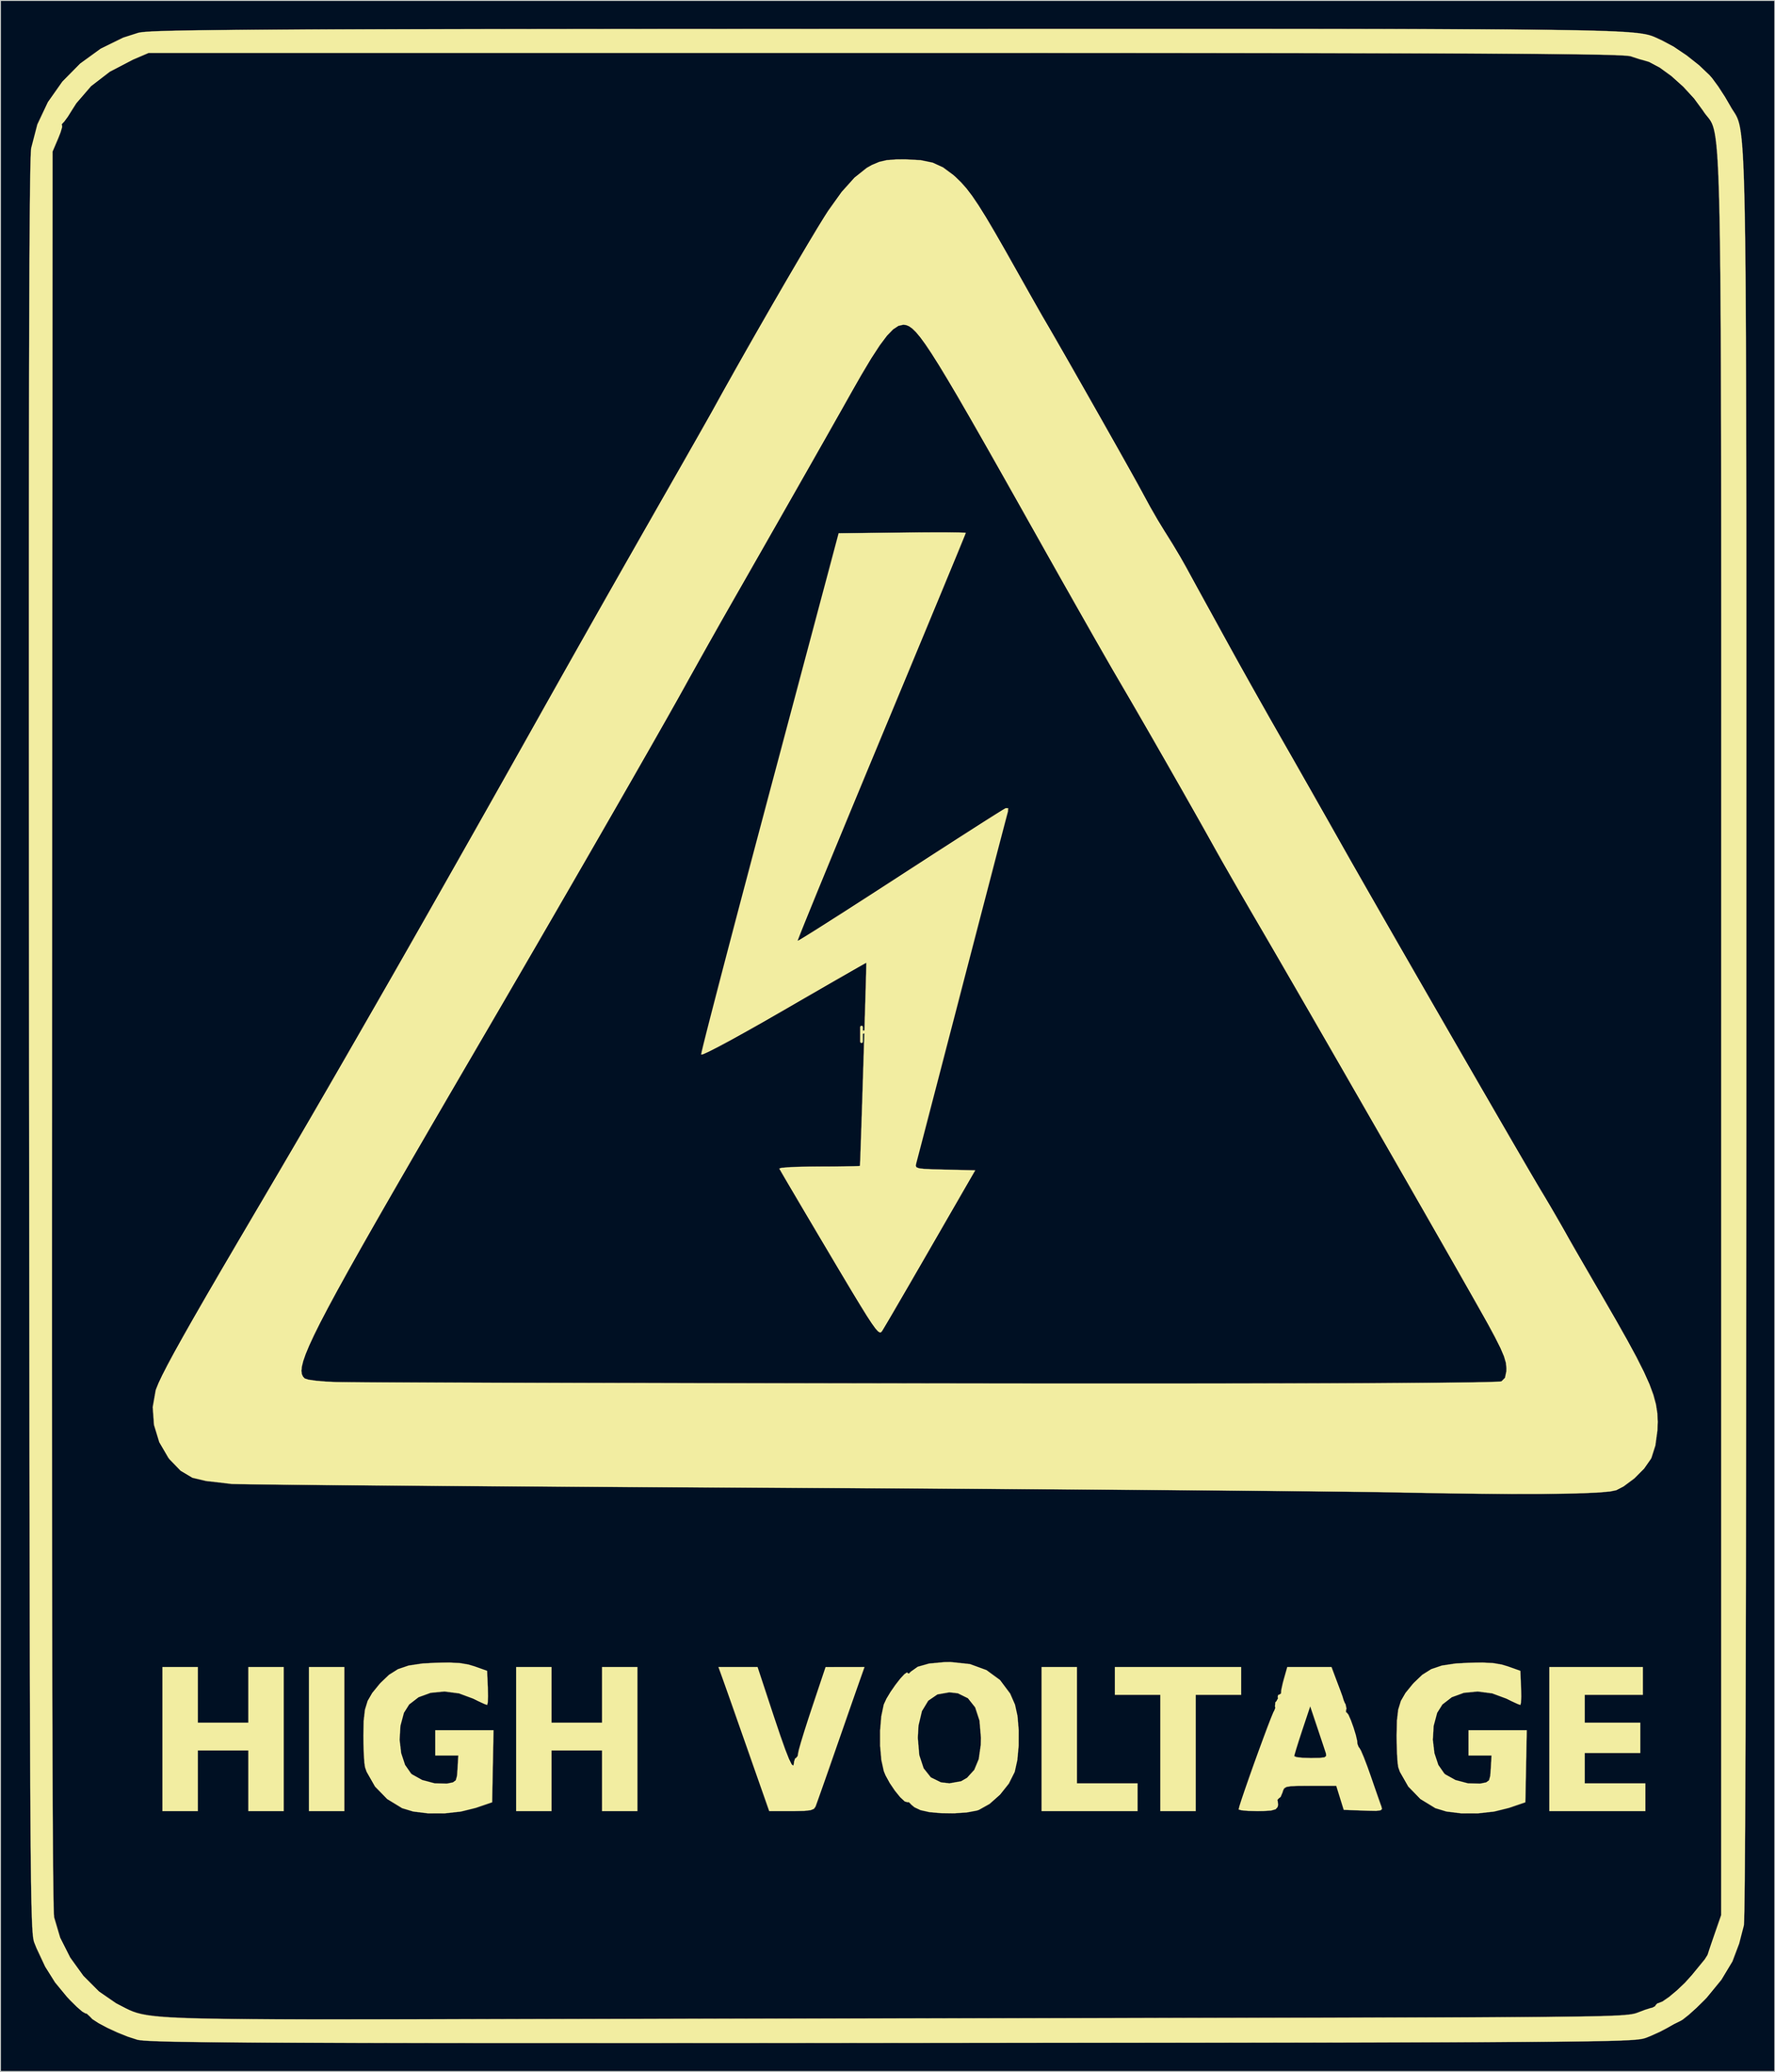
<source format=kicad_pcb>
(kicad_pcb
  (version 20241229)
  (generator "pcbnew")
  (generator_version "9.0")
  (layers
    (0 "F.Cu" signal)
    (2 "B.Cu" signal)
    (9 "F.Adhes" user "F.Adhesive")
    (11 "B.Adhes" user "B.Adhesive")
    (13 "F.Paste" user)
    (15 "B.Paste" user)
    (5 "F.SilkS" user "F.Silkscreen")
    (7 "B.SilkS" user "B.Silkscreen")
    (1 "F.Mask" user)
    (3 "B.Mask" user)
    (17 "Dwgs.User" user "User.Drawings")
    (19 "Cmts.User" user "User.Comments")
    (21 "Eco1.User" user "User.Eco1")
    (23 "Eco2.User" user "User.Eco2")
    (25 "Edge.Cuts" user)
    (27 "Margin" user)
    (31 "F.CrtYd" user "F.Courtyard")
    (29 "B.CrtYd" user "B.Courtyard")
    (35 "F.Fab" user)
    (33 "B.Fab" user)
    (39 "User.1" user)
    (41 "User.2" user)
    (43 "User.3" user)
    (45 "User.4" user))
  (footprint "hv_5"
    (layer "F.Cu")
    (at 90.344 106.424)
    (property "Reference" "hv_5" (at 0 0 0) (layer "F.SilkS") (effects (font (size 1.524 1.524) (thickness 0.3))))
    (attr through_hole)
    (fp_poly (pts (xy -56.949 82.082) (xy -60.693 82.082) (xy -60.693 66.842) (xy -56.949 66.842) (xy -56.949 82.082)) (stroke (width 0.01) (type solid)) (fill yes) (layer "F.SilkS"))
    (fp_poly (pts (xy 20.587 79.141) (xy 27.004 79.141) (xy 27.004 82.082) (xy 16.844 82.082) (xy 16.844 66.842) (xy 20.587 66.842) (xy 20.587 79.141)) (stroke (width 0.01) (type solid)) (fill yes) (layer "F.SilkS"))
    (fp_poly (pts (xy 37.966 69.783) (xy 33.154 69.783) (xy 33.154 82.082) (xy 29.411 82.082) (xy 29.411 69.783) (xy 24.598 69.783) (xy 24.598 66.842) (xy 37.966 66.842) (xy 37.966 69.783)) (stroke (width 0.01) (type solid)) (fill yes) (layer "F.SilkS"))
    (fp_poly (pts (xy -72.457 72.724) (xy -67.109 72.724) (xy -67.109 66.842) (xy -63.366 66.842) (xy -63.366 82.082) (xy -67.109 82.082) (xy -67.109 75.665) (xy -72.457 75.665) (xy -72.457 82.082) (xy -76.2 82.082) (xy -76.2 66.842) (xy -72.457 66.842) (xy -72.457 72.724)) (stroke (width 0.01) (type solid)) (fill yes) (layer "F.SilkS"))
    (fp_poly (pts (xy -35.025 72.724) (xy -29.678 72.724) (xy -29.678 66.842) (xy -25.935 66.842) (xy -25.935 82.082) (xy -29.678 82.082) (xy -29.678 75.665) (xy -35.025 75.665) (xy -35.025 82.082) (xy -38.768 82.082) (xy -38.768 66.842) (xy -35.025 66.842) (xy -35.025 72.724)) (stroke (width 0.01) (type solid)) (fill yes) (layer "F.SilkS"))
    (fp_poly (pts (xy 80.478 69.783) (xy 74.328 69.783) (xy 74.328 72.724) (xy 80.211 72.724) (xy 80.211 75.933) (xy 74.328 75.933) (xy 74.328 79.141) (xy 80.745 79.141) (xy 80.745 82.082) (xy 70.585 82.082) (xy 70.585 66.842) (xy 80.478 66.842) (xy 80.478 69.783)) (stroke (width 0.01) (type solid)) (fill yes) (layer "F.SilkS"))
    (fp_poly (pts (xy -11.497 72.056) (xy -10.826 74.049) (xy -10.293 75.548) (xy -9.889 76.573) (xy -9.605 77.143) (xy -9.432 77.278) (xy -9.361 76.999) (xy -9.358 76.868) (xy -9.244 76.512) (xy -9.148 76.467) (xy -8.967 76.246) (xy -8.932 75.999) (xy -8.848 75.6) (xy -8.619 74.788) (xy -8.273 73.659) (xy -7.84 72.305) (xy -7.471 71.188) (xy -6.016 66.845) (xy -3.958 66.844) (xy -1.9 66.842) (xy -2.445 68.379) (xy -2.696 69.093) (xy -3.087 70.211) (xy -3.585 71.634) (xy -4.152 73.261) (xy -4.755 74.991) (xy -4.943 75.532) (xy -5.522 77.19) (xy -6.049 78.696) (xy -6.498 79.971) (xy -6.84 80.935) (xy -7.047 81.508) (xy -7.087 81.614) (xy -7.257 81.844) (xy -7.612 81.985) (xy -8.26 82.057) (xy -9.309 82.081) (xy -9.629 82.082) (xy -11.981 82.082) (xy -12.381 80.946) (xy -12.59 80.35) (xy -12.943 79.346) (xy -13.405 78.028) (xy -13.944 76.493) (xy -14.526 74.836) (xy -14.657 74.462) (xy -15.244 72.791) (xy -15.796 71.22) (xy -16.281 69.846) (xy -16.664 68.764) (xy -16.911 68.07) (xy -16.944 67.978) (xy -17.355 66.842) (xy -13.219 66.842) (xy -11.497 72.056)) (stroke (width 0.01) (type solid)) (fill yes) (layer "F.SilkS"))
    (fp_poly (pts (xy -44.715 66.426) (xy -43.821 66.578) (xy -43.18 66.77) (xy -41.843 67.243) (xy -41.764 69.048) (xy -41.745 69.951) (xy -41.772 70.599) (xy -41.838 70.853) (xy -41.84 70.853) (xy -42.146 70.741) (xy -42.768 70.454) (xy -43.306 70.188) (xy -44.825 69.627) (xy -46.363 69.428) (xy -47.819 69.57) (xy -49.095 70.034) (xy -50.09 70.799) (xy -50.647 71.685) (xy -51.014 73.06) (xy -51.103 74.532) (xy -50.934 75.957) (xy -50.525 77.194) (xy -49.896 78.099) (xy -49.781 78.199) (xy -48.716 78.791) (xy -47.412 79.138) (xy -46.133 79.173) (xy -46.009 79.155) (xy -45.45 79.039) (xy -45.157 78.823) (xy -45.028 78.359) (xy -44.971 77.6) (xy -44.89 76.2) (xy -47.324 76.2) (xy -47.324 73.526) (xy -41.16 73.526) (xy -41.308 81.146) (xy -43.046 81.741) (xy -44.603 82.126) (xy -46.341 82.319) (xy -48.088 82.318) (xy -49.669 82.124) (xy -50.832 81.772) (xy -52.416 80.803) (xy -53.702 79.484) (xy -54.589 77.925) (xy -54.758 77.444) (xy -54.832 76.942) (xy -54.89 76.049) (xy -54.927 74.906) (xy -54.935 74.061) (xy -54.902 72.513) (xy -54.766 71.349) (xy -54.481 70.422) (xy -53.996 69.582) (xy -53.263 68.683) (xy -53.115 68.518) (xy -52.221 67.663) (xy -51.275 67.068) (xy -50.149 66.686) (xy -48.718 66.471) (xy -47.324 66.391) (xy -45.831 66.369) (xy -44.715 66.426)) (stroke (width 0.01) (type solid)) (fill yes) (layer "F.SilkS"))
    (fp_poly (pts (xy 64.639 66.426) (xy 65.532 66.578) (xy 66.174 66.77) (xy 67.511 67.243) (xy 67.59 69.048) (xy 67.608 69.951) (xy 67.582 70.599) (xy 67.516 70.853) (xy 67.514 70.853) (xy 67.208 70.741) (xy 66.585 70.454) (xy 66.048 70.188) (xy 64.528 69.627) (xy 62.991 69.428) (xy 61.534 69.57) (xy 60.259 70.034) (xy 59.264 70.799) (xy 58.707 71.685) (xy 58.34 73.06) (xy 58.251 74.532) (xy 58.42 75.957) (xy 58.829 77.194) (xy 59.458 78.099) (xy 59.572 78.199) (xy 60.638 78.791) (xy 61.942 79.138) (xy 63.221 79.173) (xy 63.345 79.155) (xy 63.904 79.039) (xy 64.197 78.823) (xy 64.326 78.359) (xy 64.383 77.6) (xy 64.464 76.2) (xy 62.029 76.2) (xy 62.029 73.526) (xy 68.194 73.526) (xy 68.045 81.146) (xy 66.307 81.741) (xy 64.751 82.126) (xy 63.013 82.319) (xy 61.266 82.318) (xy 59.684 82.124) (xy 58.522 81.772) (xy 56.938 80.803) (xy 55.652 79.484) (xy 54.764 77.925) (xy 54.595 77.444) (xy 54.522 76.942) (xy 54.463 76.049) (xy 54.427 74.906) (xy 54.419 74.061) (xy 54.452 72.513) (xy 54.587 71.349) (xy 54.873 70.422) (xy 55.358 69.582) (xy 56.09 68.683) (xy 56.239 68.518) (xy 57.132 67.663) (xy 58.079 67.068) (xy 59.205 66.686) (xy 60.636 66.471) (xy 62.029 66.391) (xy 63.523 66.369) (xy 64.639 66.426)) (stroke (width 0.01) (type solid)) (fill yes) (layer "F.SilkS"))
    (fp_poly (pts (xy 9.254 66.529) (xy 11.012 67.169) (xy 12.441 68.216) (xy 13.519 69.652) (xy 14.029 70.818) (xy 14.293 72.018) (xy 14.421 73.53) (xy 14.415 75.154) (xy 14.275 76.684) (xy 14.002 77.919) (xy 13.992 77.948) (xy 13.379 79.166) (xy 12.447 80.337) (xy 11.342 81.315) (xy 10.207 81.951) (xy 9.995 82.023) (xy 8.948 82.219) (xy 7.624 82.311) (xy 6.225 82.299) (xy 4.953 82.185) (xy 4.027 81.977) (xy 3.391 81.676) (xy 3.022 81.37) (xy 3.001 81.327) (xy 2.768 81.118) (xy 2.673 81.147) (xy 2.36 81.055) (xy 1.88 80.609) (xy 1.323 79.925) (xy 0.777 79.118) (xy 0.331 78.304) (xy 0.148 77.859) (xy -0.114 76.675) (xy -0.246 75.177) (xy -0.247 74.328) (xy 3.743 74.328) (xy 3.897 76.155) (xy 4.358 77.552) (xy 5.122 78.514) (xy 6.187 79.037) (xy 7.085 79.141) (xy 8.329 78.922) (xy 8.953 78.561) (xy 9.718 77.719) (xy 10.194 76.583) (xy 10.408 75.073) (xy 10.427 74.328) (xy 10.273 72.502) (xy 9.813 71.105) (xy 9.048 70.143) (xy 7.983 69.619) (xy 7.085 69.516) (xy 5.817 69.738) (xy 4.847 70.401) (xy 4.179 71.502) (xy 3.815 73.035) (xy 3.743 74.328) (xy -0.247 74.328) (xy -0.248 73.569) (xy -0.121 72.055) (xy 0.134 70.84) (xy 0.155 70.777) (xy 0.429 70.185) (xy 0.859 69.471) (xy 1.369 68.736) (xy 1.881 68.08) (xy 2.319 67.604) (xy 2.605 67.407) (xy 2.674 67.495) (xy 2.804 67.531) (xy 3.008 67.328) (xy 3.738 66.812) (xy 4.942 66.473) (xy 6.588 66.319) (xy 7.192 66.31) (xy 9.254 66.529)) (stroke (width 0.01) (type solid)) (fill yes) (layer "F.SilkS"))
    (fp_poly (pts (xy 47.827 67.644) (xy 48.148 68.498) (xy 48.457 69.315) (xy 48.682 69.933) (xy 48.793 70.3) (xy 48.796 70.318) (xy 48.926 70.635) (xy 49.015 70.786) (xy 49.111 71.246) (xy 49.062 71.387) (xy 49.059 71.635) (xy 49.138 71.655) (xy 49.32 71.886) (xy 49.578 72.47) (xy 49.856 73.24) (xy 50.098 74.031) (xy 50.248 74.676) (xy 50.265 74.967) (xy 50.404 75.321) (xy 50.461 75.368) (xy 50.641 75.674) (xy 50.943 76.377) (xy 51.323 77.368) (xy 51.668 78.339) (xy 52.077 79.525) (xy 52.437 80.557) (xy 52.703 81.31) (xy 52.819 81.626) (xy 52.868 81.864) (xy 52.721 82) (xy 52.278 82.054) (xy 51.444 82.046) (xy 50.912 82.027) (xy 48.82 81.948) (xy 48.426 80.678) (xy 48.032 79.408) (xy 45.277 79.408) (xy 44.04 79.413) (xy 43.236 79.443) (xy 42.761 79.522) (xy 42.516 79.673) (xy 42.396 79.919) (xy 42.354 80.077) (xy 42.142 80.578) (xy 41.932 80.745) (xy 41.793 80.907) (xy 41.828 80.989) (xy 41.875 81.425) (xy 41.815 81.657) (xy 41.611 81.886) (xy 41.145 82.019) (xy 40.31 82.075) (xy 39.676 82.082) (xy 38.725 82.059) (xy 38.024 81.999) (xy 37.706 81.914) (xy 37.699 81.899) (xy 37.785 81.55) (xy 38.023 80.807) (xy 38.378 79.759) (xy 38.817 78.499) (xy 39.308 77.119) (xy 39.616 76.268) (xy 43.581 76.268) (xy 43.825 76.369) (xy 44.464 76.441) (xy 45.337 76.467) (xy 46.273 76.454) (xy 46.781 76.391) (xy 46.967 76.244) (xy 46.938 75.979) (xy 46.93 75.953) (xy 46.772 75.472) (xy 46.495 74.637) (xy 46.148 73.6) (xy 46.019 73.215) (xy 45.272 70.992) (xy 44.427 73.53) (xy 44.069 74.621) (xy 43.786 75.521) (xy 43.615 76.109) (xy 43.581 76.268) (xy 39.616 76.268) (xy 39.818 75.71) (xy 40.313 74.363) (xy 40.759 73.172) (xy 41.126 72.226) (xy 41.378 71.619) (xy 41.476 71.437) (xy 41.582 71.159) (xy 41.543 70.996) (xy 41.586 70.569) (xy 41.696 70.46) (xy 41.868 70.14) (xy 41.832 70.032) (xy 41.871 69.799) (xy 41.961 69.783) (xy 42.189 69.642) (xy 42.184 69.583) (xy 42.217 69.228) (xy 42.368 68.55) (xy 42.486 68.112) (xy 42.848 66.842) (xy 47.527 66.842) (xy 47.827 67.644)) (stroke (width 0.01) (type solid)) (fill yes) (layer "F.SilkS"))
    (fp_poly (pts (xy 6.953 -53.164) (xy 8.001 -53.154) (xy 8.646 -53.136) (xy 8.823 -53.115) (xy 8.723 -52.859) (xy 8.431 -52.144) (xy 7.964 -51.008) (xy 7.335 -49.485) (xy 6.56 -47.61) (xy 5.652 -45.421) (xy 4.628 -42.951) (xy 3.501 -40.238) (xy 2.287 -37.316) (xy 1 -34.221) (xy -0.121 -31.529) (xy -1.456 -28.318) (xy -2.729 -25.25) (xy -3.925 -22.361) (xy -5.03 -19.687) (xy -6.029 -17.263) (xy -6.907 -15.125) (xy -7.649 -13.308) (xy -8.242 -11.847) (xy -8.67 -10.78) (xy -8.919 -10.14) (xy -8.979 -9.96) (xy -8.745 -10.083) (xy -8.107 -10.471) (xy -7.107 -11.096) (xy -5.792 -11.929) (xy -4.202 -12.942) (xy -2.384 -14.109) (xy -0.38 -15.4) (xy 1.766 -16.789) (xy 1.87 -16.857) (xy 4.036 -18.259) (xy 6.072 -19.574) (xy 7.933 -20.771) (xy 9.575 -21.823) (xy 10.951 -22.7) (xy 12.016 -23.373) (xy 12.724 -23.813) (xy 13.031 -23.991) (xy 13.033 -23.992) (xy 13.311 -23.988) (xy 13.279 -23.636) (xy 13.188 -23.297) (xy 12.973 -22.485) (xy 12.647 -21.24) (xy 12.219 -19.608) (xy 11.703 -17.63) (xy 11.108 -15.35) (xy 10.446 -12.81) (xy 9.728 -10.055) (xy 8.965 -7.126) (xy 8.433 -5.08) (xy 7.647 -2.056) (xy 6.897 0.825) (xy 6.195 3.521) (xy 5.553 5.989) (xy 4.981 8.184) (xy 4.491 10.064) (xy 4.095 11.586) (xy 3.802 12.705) (xy 3.626 13.38) (xy 3.578 13.56) (xy 3.529 13.811) (xy 3.598 13.981) (xy 3.87 14.09) (xy 4.43 14.155) (xy 5.361 14.197) (xy 6.619 14.229) (xy 9.82 14.304) (xy 5.074 22.529) (xy 3.959 24.459) (xy 2.917 26.259) (xy 1.979 27.873) (xy 1.181 29.244) (xy 0.553 30.315) (xy 0.131 31.028) (xy -0.044 31.314) (xy -0.153 31.434) (xy -0.29 31.451) (xy -0.481 31.325) (xy -0.754 31.017) (xy -1.136 30.486) (xy -1.653 29.694) (xy -2.333 28.6) (xy -3.203 27.165) (xy -4.29 25.348) (xy -5.62 23.11) (xy -5.622 23.106) (xy -6.789 21.139) (xy -7.87 19.314) (xy -8.833 17.684) (xy -9.649 16.299) (xy -10.288 15.212) (xy -10.718 14.473) (xy -10.911 14.134) (xy -10.918 14.12) (xy -10.696 14.047) (xy -10.027 13.985) (xy -8.996 13.937) (xy -7.692 13.909) (xy -6.706 13.903) (xy -5.256 13.899) (xy -4.011 13.888) (xy -3.062 13.872) (xy -2.499 13.851) (xy -2.383 13.836) (xy -2.368 13.56) (xy -2.339 12.821) (xy -2.299 11.687) (xy -2.249 10.228) (xy -2.192 8.512) (xy -2.13 6.608) (xy -2.066 4.586) (xy -2 2.514) (xy -1.936 0.462) (xy -1.876 -1.503) (xy -1.821 -3.31) (xy -1.775 -4.89) (xy -1.739 -6.176) (xy -1.715 -7.098) (xy -1.705 -7.586) (xy -1.707 -7.646) (xy -1.937 -7.523) (xy -2.578 -7.161) (xy -3.581 -6.588) (xy -4.895 -5.835) (xy -6.467 -4.93) (xy -8.249 -3.902) (xy -10.188 -2.781) (xy -10.427 -2.642) (xy -12.52 -1.44) (xy -14.402 -0.378) (xy -16.032 0.523) (xy -17.368 1.24) (xy -18.368 1.749) (xy -18.988 2.028) (xy -19.187 2.063) (xy -19.129 1.766) (xy -18.941 0.986) (xy -18.633 -0.242) (xy -18.213 -1.885) (xy -17.69 -3.907) (xy -17.073 -6.276) (xy -16.372 -8.956) (xy -15.594 -11.915) (xy -14.749 -15.117) (xy -13.845 -18.528) (xy -12.892 -22.115) (xy -11.946 -25.667) (xy -4.635 -53.073) (xy 2.094 -53.144) (xy 3.928 -53.16) (xy 5.571 -53.166) (xy 6.953 -53.164)) (stroke (width 0.01) (type solid)) (fill yes) (layer "F.SilkS"))
    (fp_poly (pts (xy 4.04 -92.533) (xy 5.32 -92.27) (xy 6.412 -91.771) (xy 7.484 -90.977) (xy 7.753 -90.74) (xy 8.326 -90.184) (xy 8.894 -89.541) (xy 9.496 -88.751) (xy 10.17 -87.757) (xy 10.956 -86.498) (xy 11.892 -84.917) (xy 13.017 -82.954) (xy 13.736 -81.681) (xy 14.599 -80.148) (xy 15.395 -78.737) (xy 16.079 -77.527) (xy 16.606 -76.599) (xy 16.931 -76.031) (xy 16.988 -75.933) (xy 17.567 -74.943) (xy 18.331 -73.621) (xy 19.242 -72.035) (xy 20.259 -70.255) (xy 21.343 -68.351) (xy 22.456 -66.393) (xy 23.557 -64.449) (xy 24.607 -62.59) (xy 25.567 -60.885) (xy 26.396 -59.404) (xy 27.056 -58.217) (xy 27.508 -57.392) (xy 27.633 -57.157) (xy 28.333 -55.869) (xy 29.134 -54.48) (xy 29.881 -53.255) (xy 29.998 -53.073) (xy 30.735 -51.895) (xy 31.507 -50.601) (xy 32.148 -49.47) (xy 32.152 -49.463) (xy 32.738 -48.388) (xy 33.331 -47.302) (xy 33.76 -46.522) (xy 34.107 -45.892) (xy 34.655 -44.897) (xy 35.346 -43.641) (xy 36.124 -42.226) (xy 36.775 -41.041) (xy 37.672 -39.421) (xy 38.746 -37.498) (xy 39.907 -35.435) (xy 41.064 -33.39) (xy 42.114 -31.549) (xy 43.114 -29.801) (xy 44.295 -27.728) (xy 45.578 -25.471) (xy 46.882 -23.173) (xy 48.126 -20.976) (xy 48.798 -19.785) (xy 49.523 -18.506) (xy 50.442 -16.894) (xy 51.527 -14.996) (xy 52.752 -12.857) (xy 54.091 -10.524) (xy 55.517 -8.043) (xy 57.004 -5.46) (xy 58.524 -2.821) (xy 60.051 -0.173) (xy 61.559 2.439) (xy 63.02 4.968) (xy 64.409 7.368) (xy 65.698 9.594) (xy 66.861 11.598) (xy 67.872 13.335) (xy 68.703 14.758) (xy 69.328 15.821) (xy 69.72 16.479) (xy 69.78 16.577) (xy 70.15 17.191) (xy 70.683 18.095) (xy 71.282 19.124) (xy 71.853 20.113) (xy 72.298 20.897) (xy 72.457 21.184) (xy 72.702 21.621) (xy 73.174 22.445) (xy 73.829 23.581) (xy 74.624 24.954) (xy 75.516 26.49) (xy 76.089 27.473) (xy 77.581 30.054) (xy 78.813 32.234) (xy 79.808 34.07) (xy 80.588 35.616) (xy 81.176 36.926) (xy 81.594 38.055) (xy 81.865 39.057) (xy 82.011 39.987) (xy 82.056 40.899) (xy 82.024 41.803) (xy 81.805 43.409) (xy 81.396 44.69) (xy 81.329 44.828) (xy 80.609 45.86) (xy 79.58 46.89) (xy 78.437 47.742) (xy 77.662 48.141) (xy 77.038 48.27) (xy 75.899 48.375) (xy 74.264 48.454) (xy 72.153 48.508) (xy 69.583 48.536) (xy 66.575 48.539) (xy 63.148 48.515) (xy 59.32 48.465) (xy 55.111 48.389) (xy 54.409 48.374) (xy 53.015 48.35) (xy 51.117 48.323) (xy 48.749 48.295) (xy 45.942 48.265) (xy 42.728 48.234) (xy 39.14 48.203) (xy 35.209 48.171) (xy 30.967 48.138) (xy 26.447 48.105) (xy 21.68 48.073) (xy 16.699 48.04) (xy 11.535 48.008) (xy 6.221 47.977) (xy 0.788 47.947) (xy -4.732 47.918) (xy -10.306 47.891) (xy -12.299 47.882) (xy -17.723 47.856) (xy -23.014 47.829) (xy -28.147 47.802) (xy -33.094 47.775) (xy -37.832 47.747) (xy -42.334 47.719) (xy -46.575 47.692) (xy -50.529 47.664) (xy -54.171 47.638) (xy -57.475 47.612) (xy -60.415 47.587) (xy -62.967 47.563) (xy -65.103 47.54) (xy -66.8 47.518) (xy -68.031 47.499) (xy -68.77 47.481) (xy -68.981 47.47) (xy -70.012 47.343) (xy -71.175 47.211) (xy -71.574 47.168) (xy -73.024 46.824) (xy -74.28 46.08) (xy -75.447 44.874) (xy -75.58 44.703) (xy -76.538 43.058) (xy -77.096 41.229) (xy -77.231 39.356) (xy -76.917 37.576) (xy -76.868 37.43) (xy -76.619 36.814) (xy -76.224 35.978) (xy -75.987 35.517) (xy -61.488 35.517) (xy -61.444 35.864) (xy -61.324 36.126) (xy -61.145 36.32) (xy -60.746 36.446) (xy -59.939 36.562) (xy -58.849 36.652) (xy -57.869 36.697) (xy -57.327 36.705) (xy -56.276 36.714) (xy -54.741 36.723) (xy -52.748 36.732) (xy -50.322 36.741) (xy -47.488 36.75) (xy -44.273 36.759) (xy -40.701 36.769) (xy -36.798 36.778) (xy -32.59 36.787) (xy -28.102 36.795) (xy -23.36 36.803) (xy -18.388 36.811) (xy -13.213 36.819) (xy -7.86 36.826) (xy -2.355 36.832) (xy 3.278 36.838) (xy 5.031 36.84) (xy 12.628 36.846) (xy 19.696 36.85) (xy 26.237 36.85) (xy 32.258 36.848) (xy 37.762 36.844) (xy 42.754 36.836) (xy 47.239 36.826) (xy 51.221 36.813) (xy 54.704 36.797) (xy 57.694 36.778) (xy 60.194 36.757) (xy 62.209 36.732) (xy 63.745 36.705) (xy 64.804 36.675) (xy 65.393 36.642) (xy 65.523 36.62) (xy 65.888 36.247) (xy 66.032 35.557) (xy 66.04 35.234) (xy 65.982 34.665) (xy 65.782 33.982) (xy 65.405 33.095) (xy 64.812 31.918) (xy 64.118 30.632) (xy 63.638 29.771) (xy 62.917 28.494) (xy 61.982 26.845) (xy 60.859 24.872) (xy 59.573 22.621) (xy 58.153 20.137) (xy 56.624 17.466) (xy 55.013 14.655) (xy 53.345 11.749) (xy 51.649 8.796) (xy 49.949 5.84) (xy 48.274 2.928) (xy 46.648 0.107) (xy 45.099 -2.579) (xy 43.652 -5.082) (xy 42.335 -7.357) (xy 41.175 -9.358) (xy 40.196 -11.038) (xy 39.85 -11.631) (xy 38.837 -13.367) (xy 37.808 -15.143) (xy 36.83 -16.843) (xy 35.97 -18.347) (xy 35.297 -19.539) (xy 35.16 -19.785) (xy 34.153 -21.588) (xy 32.944 -23.73) (xy 31.6 -26.099) (xy 30.185 -28.58) (xy 28.763 -31.061) (xy 27.399 -33.429) (xy 26.158 -35.57) (xy 25.105 -37.372) (xy 24.991 -37.565) (xy 24.409 -38.564) (xy 23.603 -39.965) (xy 22.608 -41.703) (xy 21.464 -43.714) (xy 20.205 -45.932) (xy 18.868 -48.293) (xy 17.492 -50.733) (xy 16.175 -53.073) (xy 14.078 -56.801) (xy 12.222 -60.089) (xy 10.591 -62.963) (xy 9.167 -65.451) (xy 7.933 -67.581) (xy 6.871 -69.378) (xy 5.964 -70.872) (xy 5.196 -72.088) (xy 4.549 -73.054) (xy 4.005 -73.798) (xy 3.547 -74.346) (xy 3.159 -74.726) (xy 2.822 -74.965) (xy 2.52 -75.091) (xy 2.236 -75.13) (xy 2.21 -75.131) (xy 1.695 -75.014) (xy 1.128 -74.64) (xy 0.479 -73.967) (xy -0.282 -72.956) (xy -1.187 -71.569) (xy -2.265 -69.765) (xy -3.176 -68.167) (xy -4.509 -65.803) (xy -6.097 -62.998) (xy -7.929 -59.772) (xy -9.992 -56.148) (xy -12.273 -52.146) (xy -14.761 -47.789) (xy -16.096 -45.453) (xy -17.125 -43.645) (xy -18.281 -41.597) (xy -19.452 -39.511) (xy -20.525 -37.588) (xy -20.982 -36.763) (xy -21.767 -35.355) (xy -22.795 -33.533) (xy -24.04 -31.341) (xy -25.475 -28.827) (xy -27.073 -26.036) (xy -28.808 -23.016) (xy -30.652 -19.812) (xy -32.58 -16.472) (xy -34.564 -13.041) (xy -36.578 -9.565) (xy -38.596 -6.091) (xy -40.589 -2.666) (xy -42.379 0.401) (xy -45.127 5.109) (xy -47.614 9.378) (xy -49.851 13.232) (xy -51.851 16.692) (xy -53.624 19.78) (xy -55.183 22.518) (xy -56.538 24.928) (xy -57.701 27.033) (xy -58.685 28.855) (xy -59.499 30.414) (xy -60.156 31.735) (xy -60.668 32.838) (xy -61.045 33.745) (xy -61.3 34.48) (xy -61.444 35.063) (xy -61.488 35.517) (xy -75.987 35.517) (xy -75.668 34.894) (xy -74.935 33.535) (xy -74.011 31.873) (xy -72.88 29.881) (xy -71.526 27.531) (xy -69.934 24.796) (xy -68.089 21.649) (xy -66.835 19.518) (xy -65.267 16.855) (xy -63.845 14.437) (xy -62.525 12.185) (xy -61.26 10.019) (xy -60.004 7.859) (xy -58.71 5.626) (xy -57.332 3.241) (xy -55.824 0.624) (xy -54.141 -2.305) (xy -52.394 -5.347) (xy -51.109 -7.593) (xy -49.612 -10.218) (xy -47.951 -13.136) (xy -46.178 -16.261) (xy -44.34 -19.504) (xy -42.487 -22.779) (xy -40.669 -25.999) (xy -38.934 -29.078) (xy -37.331 -31.928) (xy -37.168 -32.218) (xy -35.191 -35.738) (xy -33.316 -39.067) (xy -31.484 -42.31) (xy -29.638 -45.571) (xy -27.716 -48.954) (xy -25.661 -52.563) (xy -23.413 -56.504) (xy -22.777 -57.618) (xy -21.726 -59.458) (xy -20.736 -61.195) (xy -19.844 -62.763) (xy -19.089 -64.093) (xy -18.508 -65.118) (xy -18.14 -65.772) (xy -18.065 -65.906) (xy -16.92 -67.974) (xy -15.662 -70.218) (xy -14.33 -72.572) (xy -12.962 -74.968) (xy -11.596 -77.342) (xy -10.272 -79.625) (xy -9.028 -81.753) (xy -7.902 -83.658) (xy -6.932 -85.274) (xy -6.157 -86.534) (xy -5.759 -87.158) (xy -4.321 -89.168) (xy -2.962 -90.681) (xy -1.657 -91.721) (xy -1.115 -92.026) (xy -0.338 -92.352) (xy 0.463 -92.537) (xy 1.477 -92.613) (xy 2.406 -92.619) (xy 4.04 -92.533)) (stroke (width 0.01) (type solid)) (fill yes) (layer "F.SilkS"))
    (fp_poly (pts (xy 34.382 -106.419) (xy 39.675 -106.418) (xy 44.543 -106.416) (xy 49.006 -106.412) (xy 53.083 -106.406) (xy 56.791 -106.398) (xy 60.149 -106.387) (xy 63.177 -106.374) (xy 65.891 -106.359) (xy 68.311 -106.34) (xy 70.456 -106.317) (xy 72.343 -106.291) (xy 73.991 -106.261) (xy 75.42 -106.226) (xy 76.646 -106.187) (xy 77.689 -106.143) (xy 78.567 -106.094) (xy 79.3 -106.04) (xy 79.904 -105.98) (xy 80.399 -105.914) (xy 80.803 -105.842) (xy 81.135 -105.763) (xy 81.413 -105.678) (xy 81.656 -105.585) (xy 81.882 -105.486) (xy 82.11 -105.379) (xy 82.358 -105.264) (xy 82.474 -105.213) (xy 83.721 -104.549) (xy 85.105 -103.62) (xy 86.436 -102.567) (xy 87.525 -101.532) (xy 87.804 -101.214) (xy 88.454 -100.332) (xy 89.169 -99.232) (xy 89.7 -98.317) (xy 89.854 -98.047) (xy 89.999 -97.817) (xy 90.135 -97.61) (xy 90.263 -97.409) (xy 90.381 -97.197) (xy 90.492 -96.958) (xy 90.594 -96.675) (xy 90.689 -96.331) (xy 90.776 -95.91) (xy 90.857 -95.395) (xy 90.93 -94.769) (xy 90.997 -94.015) (xy 91.058 -93.117) (xy 91.113 -92.057) (xy 91.163 -90.82) (xy 91.207 -89.389) (xy 91.246 -87.746) (xy 91.281 -85.875) (xy 91.311 -83.76) (xy 91.337 -81.383) (xy 91.359 -78.728) (xy 91.377 -75.778) (xy 91.392 -72.517) (xy 91.405 -68.927) (xy 91.414 -64.992) (xy 91.422 -60.696) (xy 91.427 -56.021) (xy 91.43 -50.951) (xy 91.432 -45.469) (xy 91.433 -39.559) (xy 91.433 -33.203) (xy 91.432 -26.385) (xy 91.431 -19.088) (xy 91.43 -11.296) (xy 91.43 -2.991) (xy 91.43 0) (xy 91.429 9.079) (xy 91.426 17.734) (xy 91.422 25.958) (xy 91.417 33.747) (xy 91.41 41.094) (xy 91.402 47.992) (xy 91.392 54.436) (xy 91.381 60.42) (xy 91.369 65.937) (xy 91.355 70.982) (xy 91.34 75.549) (xy 91.324 79.631) (xy 91.306 83.222) (xy 91.287 86.317) (xy 91.267 88.909) (xy 91.245 90.992) (xy 91.223 92.561) (xy 91.199 93.608) (xy 91.174 94.129) (xy 91.166 94.181) (xy 90.919 95.133) (xy 90.681 96.058) (xy 90.672 96.091) (xy 89.959 97.976) (xy 88.796 99.913) (xy 87.247 101.801) (xy 87.011 102.047) (xy 86.139 102.903) (xy 85.333 103.628) (xy 84.709 104.122) (xy 84.471 104.265) (xy 83.77 104.61) (xy 83.018 105.034) (xy 82.282 105.421) (xy 81.333 105.85) (xy 80.879 106.033) (xy 80.739 106.083) (xy 80.577 106.13) (xy 80.374 106.174) (xy 80.113 106.214) (xy 79.775 106.252) (xy 79.342 106.286) (xy 78.795 106.318) (xy 78.116 106.348) (xy 77.286 106.375) (xy 76.289 106.399) (xy 75.104 106.422) (xy 73.714 106.442) (xy 72.1 106.46) (xy 70.245 106.477) (xy 68.129 106.492) (xy 65.735 106.505) (xy 63.044 106.517) (xy 60.038 106.528) (xy 56.698 106.537) (xy 53.006 106.546) (xy 48.944 106.553) (xy 44.494 106.56) (xy 39.637 106.566) (xy 34.355 106.572) (xy 28.629 106.577) (xy 22.442 106.582) (xy 15.774 106.587) (xy 8.608 106.592) (xy 1.069 106.597) (xy -6.706 106.602) (xy -13.965 106.606) (xy -20.725 106.608) (xy -27.002 106.61) (xy -32.816 106.611) (xy -38.183 106.61) (xy -43.121 106.609) (xy -47.648 106.606) (xy -51.782 106.601) (xy -55.54 106.595) (xy -58.939 106.587) (xy -61.998 106.578) (xy -64.734 106.567) (xy -67.164 106.554) (xy -69.308 106.54) (xy -71.181 106.523) (xy -72.801 106.504) (xy -74.188 106.484) (xy -75.357 106.461) (xy -76.327 106.435) (xy -77.115 106.408) (xy -77.739 106.378) (xy -78.216 106.346) (xy -78.565 106.311) (xy -78.803 106.273) (xy -78.874 106.257) (xy -79.854 105.941) (xy -80.944 105.504) (xy -82.019 105.007) (xy -82.951 104.513) (xy -83.616 104.083) (xy -83.881 103.806) (xy -84.22 103.495) (xy -84.355 103.472) (xy -84.681 103.286) (xy -85.257 102.79) (xy -85.98 102.075) (xy -86.299 101.735) (xy -87.569 100.195) (xy -88.609 98.537) (xy -89.529 96.578) (xy -89.767 95.985) (xy -89.81 95.858) (xy -89.849 95.688) (xy -89.887 95.459) (xy -89.922 95.154) (xy -89.954 94.757) (xy -89.985 94.251) (xy -90.013 93.619) (xy -90.039 92.844) (xy -90.064 91.911) (xy -90.087 90.801) (xy -90.108 89.5) (xy -90.127 87.989) (xy -90.145 86.252) (xy -90.161 84.273) (xy -90.176 82.034) (xy -90.19 79.52) (xy -90.203 76.714) (xy -90.215 73.598) (xy -90.226 70.157) (xy -90.236 66.373) (xy -90.246 62.23) (xy -90.254 57.711) (xy -90.263 52.799) (xy -90.27 47.479) (xy -90.278 41.733) (xy -90.285 35.544) (xy -90.292 28.896) (xy -90.295 26.576) (xy -87.894 26.576) (xy -87.894 34.641) (xy -87.891 42.179) (xy -87.887 49.191) (xy -87.881 55.679) (xy -87.873 61.645) (xy -87.863 67.09) (xy -87.851 72.018) (xy -87.838 76.428) (xy -87.822 80.324) (xy -87.805 83.706) (xy -87.786 86.577) (xy -87.765 88.939) (xy -87.742 90.793) (xy -87.717 92.142) (xy -87.69 92.986) (xy -87.665 93.312) (xy -87.026 95.465) (xy -85.966 97.567) (xy -84.57 99.502) (xy -82.923 101.153) (xy -81.111 102.404) (xy -80.873 102.529) (xy -80.452 102.746) (xy -80.071 102.943) (xy -79.703 103.12) (xy -79.322 103.279) (xy -78.901 103.42) (xy -78.413 103.545) (xy -77.831 103.655) (xy -77.128 103.749) (xy -76.277 103.831) (xy -75.252 103.899) (xy -74.025 103.956) (xy -72.569 104.002) (xy -70.858 104.038) (xy -68.865 104.065) (xy -66.563 104.084) (xy -63.925 104.096) (xy -60.923 104.103) (xy -57.532 104.104) (xy -53.724 104.101) (xy -49.473 104.095) (xy -44.751 104.086) (xy -39.532 104.077) (xy -37.374 104.073) (xy -31.966 104.064) (xy -26.109 104.054) (xy -19.891 104.043) (xy -13.396 104.032) (xy -6.712 104.02) (xy 0.075 104.008) (xy 6.88 103.997) (xy 13.615 103.985) (xy 20.195 103.974) (xy 26.533 103.963) (xy 32.543 103.952) (xy 38.139 103.943) (xy 39.972 103.939) (xy 45.298 103.93) (xy 50.116 103.921) (xy 54.452 103.911) (xy 58.332 103.901) (xy 61.783 103.89) (xy 64.831 103.878) (xy 67.503 103.864) (xy 69.825 103.849) (xy 71.823 103.83) (xy 73.524 103.809) (xy 74.954 103.785) (xy 76.139 103.758) (xy 77.106 103.726) (xy 77.882 103.691) (xy 78.492 103.65) (xy 78.963 103.605) (xy 79.321 103.555) (xy 79.593 103.499) (xy 79.806 103.437) (xy 79.943 103.385) (xy 80.72 103.092) (xy 81.317 102.905) (xy 81.481 102.873) (xy 81.792 102.707) (xy 81.815 102.625) (xy 82.021 102.41) (xy 82.093 102.402) (xy 82.555 102.219) (xy 83.259 101.732) (xy 84.09 101.039) (xy 84.935 100.234) (xy 85.677 99.413) (xy 85.692 99.394) (xy 86.298 98.653) (xy 86.791 98.051) (xy 87.028 97.763) (xy 87.313 97.316) (xy 87.364 97.182) (xy 87.48 96.817) (xy 87.723 96.094) (xy 88.045 95.158) (xy 88.098 95.004) (xy 88.765 93.087) (xy 88.767 0.245) (xy 88.768 -8.239) (xy 88.769 -16.206) (xy 88.77 -23.67) (xy 88.771 -30.65) (xy 88.772 -37.163) (xy 88.772 -43.223) (xy 88.77 -48.849) (xy 88.768 -54.058) (xy 88.763 -58.864) (xy 88.757 -63.287) (xy 88.748 -67.341) (xy 88.736 -71.044) (xy 88.721 -74.412) (xy 88.703 -77.462) (xy 88.681 -80.212) (xy 88.654 -82.676) (xy 88.624 -84.873) (xy 88.589 -86.818) (xy 88.548 -88.529) (xy 88.502 -90.023) (xy 88.451 -91.314) (xy 88.393 -92.422) (xy 88.329 -93.362) (xy 88.259 -94.15) (xy 88.181 -94.804) (xy 88.096 -95.34) (xy 88.003 -95.775) (xy 87.903 -96.126) (xy 87.794 -96.409) (xy 87.676 -96.641) (xy 87.549 -96.839) (xy 87.413 -97.018) (xy 87.267 -97.197) (xy 87.111 -97.392) (xy 86.945 -97.618) (xy 86.837 -97.783) (xy 85.898 -99.061) (xy 84.753 -100.305) (xy 83.506 -101.424) (xy 82.267 -102.326) (xy 81.141 -102.922) (xy 80.561 -103.096) (xy 80.118 -103.216) (xy 79.417 -103.445) (xy 79.224 -103.512) (xy 79.05 -103.549) (xy 78.727 -103.582) (xy 78.239 -103.614) (xy 77.569 -103.643) (xy 76.701 -103.67) (xy 75.617 -103.695) (xy 74.3 -103.718) (xy 72.734 -103.739) (xy 70.902 -103.758) (xy 68.788 -103.775) (xy 66.373 -103.791) (xy 63.642 -103.805) (xy 60.578 -103.817) (xy 57.163 -103.828) (xy 53.382 -103.838) (xy 49.217 -103.846) (xy 44.651 -103.853) (xy 39.667 -103.858) (xy 34.25 -103.863) (xy 28.381 -103.867) (xy 22.045 -103.869) (xy 15.224 -103.871) (xy 7.901 -103.872) (xy 0.267 -103.873) (xy -77.671 -103.873) (xy -79.321 -103.165) (xy -81.765 -101.893) (xy -83.754 -100.364) (xy -85.312 -98.559) (xy -85.76 -97.857) (xy -86.216 -97.132) (xy -86.602 -96.606) (xy -86.748 -96.457) (xy -86.887 -96.277) (xy -86.829 -96.257) (xy -86.816 -96.034) (xy -86.988 -95.461) (xy -87.23 -94.849) (xy -87.831 -93.445) (xy -87.885 -0.802) (xy -87.89 8.856) (xy -87.893 17.982) (xy -87.894 26.576) (xy -90.295 26.576) (xy -90.299 21.772) (xy -90.306 14.156) (xy -90.314 6.031) (xy -90.318 1.471) (xy -90.325 -7.566) (xy -90.331 -16.079) (xy -90.335 -24.08) (xy -90.338 -31.579) (xy -90.339 -38.59) (xy -90.339 -45.121) (xy -90.337 -51.186) (xy -90.334 -56.794) (xy -90.329 -61.958) (xy -90.322 -66.689) (xy -90.313 -70.998) (xy -90.303 -74.895) (xy -90.291 -78.393) (xy -90.278 -81.503) (xy -90.262 -84.236) (xy -90.245 -86.603) (xy -90.225 -88.615) (xy -90.204 -90.284) (xy -90.181 -91.621) (xy -90.156 -92.638) (xy -90.129 -93.344) (xy -90.1 -93.753) (xy -90.093 -93.807) (xy -89.443 -96.31) (xy -88.322 -98.678) (xy -86.792 -100.845) (xy -84.913 -102.747) (xy -82.746 -104.32) (xy -80.35 -105.497) (xy -78.762 -106.004) (xy -78.56 -106.044) (xy -78.265 -106.081) (xy -77.86 -106.116) (xy -77.327 -106.148) (xy -76.649 -106.178) (xy -75.806 -106.205) (xy -74.781 -106.23) (xy -73.557 -106.254) (xy -72.116 -106.275) (xy -70.439 -106.294) (xy -68.509 -106.312) (xy -66.308 -106.327) (xy -63.817 -106.341) (xy -61.02 -106.354) (xy -57.898 -106.365) (xy -54.434 -106.374) (xy -50.609 -106.383) (xy -46.405 -106.39) (xy -41.805 -106.396) (xy -36.791 -106.401) (xy -31.345 -106.405) (xy -25.449 -106.409) (xy -19.086 -106.411) (xy -12.236 -106.413) (xy -4.883 -106.415) (xy 0.917 -106.416) (xy 8.606 -106.417) (xy 15.778 -106.418) (xy 22.453 -106.419) (xy 28.648 -106.419) (xy 34.382 -106.419)) (stroke (width 0.01) (type solid)) (fill yes) (layer "F.SilkS")))
  (gr_rect
    (start -3 -3)
    (end 184.783 216.04)
    (stroke (width 0.1) (type default))
    (fill no)
    (layer "Edge.Cuts")))
</source>
